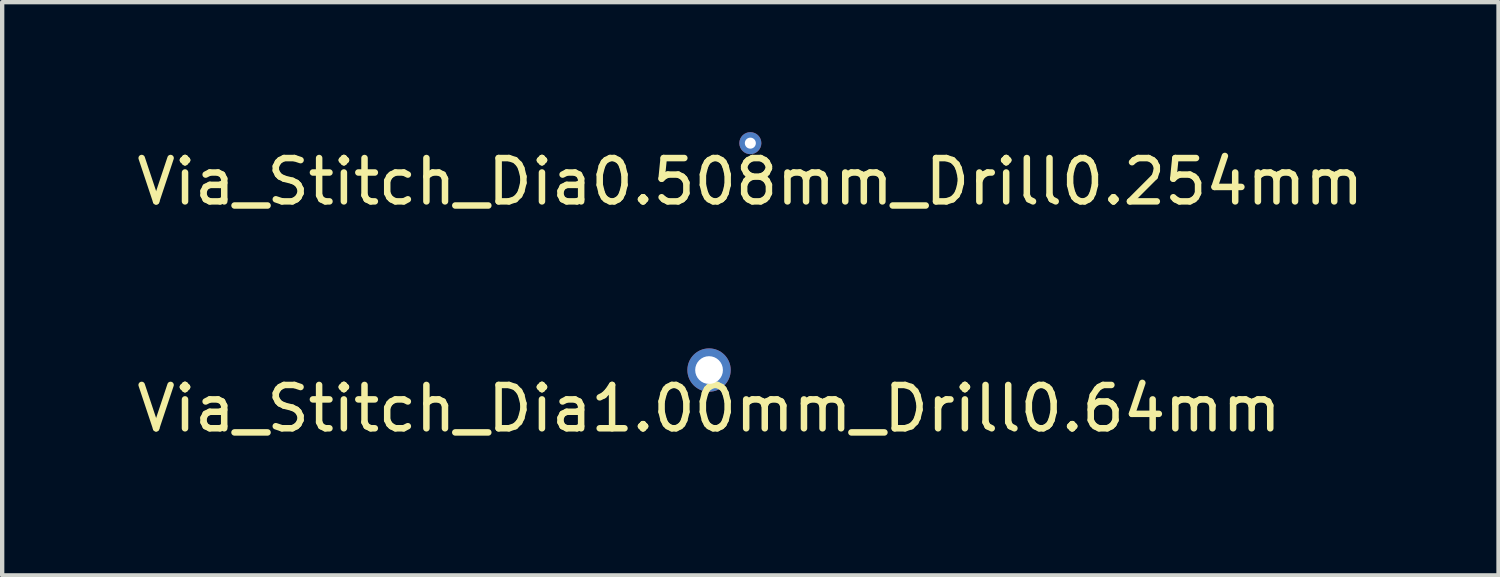
<source format=kicad_pcb>
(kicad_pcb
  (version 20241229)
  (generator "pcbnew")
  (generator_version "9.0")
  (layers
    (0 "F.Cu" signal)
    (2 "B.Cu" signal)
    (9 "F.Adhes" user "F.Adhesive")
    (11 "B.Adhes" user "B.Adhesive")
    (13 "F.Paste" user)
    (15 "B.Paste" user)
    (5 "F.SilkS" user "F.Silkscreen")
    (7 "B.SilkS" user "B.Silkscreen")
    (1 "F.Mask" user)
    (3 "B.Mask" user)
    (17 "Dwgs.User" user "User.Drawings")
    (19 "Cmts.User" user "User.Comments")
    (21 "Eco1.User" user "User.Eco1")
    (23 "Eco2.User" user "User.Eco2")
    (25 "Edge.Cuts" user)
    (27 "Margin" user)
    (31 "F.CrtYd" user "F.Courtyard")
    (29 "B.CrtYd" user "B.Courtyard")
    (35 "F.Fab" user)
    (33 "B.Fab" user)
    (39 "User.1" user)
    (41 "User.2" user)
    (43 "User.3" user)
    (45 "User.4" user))
  (footprint "Via_Stitch_Dia0.508mm_Drill0.254mm"
    (layer "F.Cu")
    (at 14.268 0.254)
    (property "Reference" "Via_Stitch_Dia0.508mm_Drill0.254mm" (at 0 0.889 0) (layer "F.SilkS") (effects (font (size 1 1) (thickness 0.15))))
    (attr through_hole)
    (pad "1" thru_hole circle (at 0 0) (size 0.508 0.508) (drill 0.254) (layers "*.Cu")))
  (footprint "Via_Stitch_Dia1.00mm_Drill0.64mm"
    (layer "F.Cu")
    (at 13.315 5.491)
    (property "Reference" "Via_Stitch_Dia1.00mm_Drill0.64mm" (at 0 0.889 0) (layer "F.SilkS") (effects (font (size 1 1) (thickness 0.15))))
    (attr through_hole)
    (pad "1" thru_hole circle (at 0 0) (size 1 1) (drill 0.64) (layers "*.Cu")))
  (gr_rect
    (start -3 -3)
    (end 31.536 10.229)
    (stroke (width 0.1) (type default))
    (fill no)
    (layer "Edge.Cuts")))
</source>
